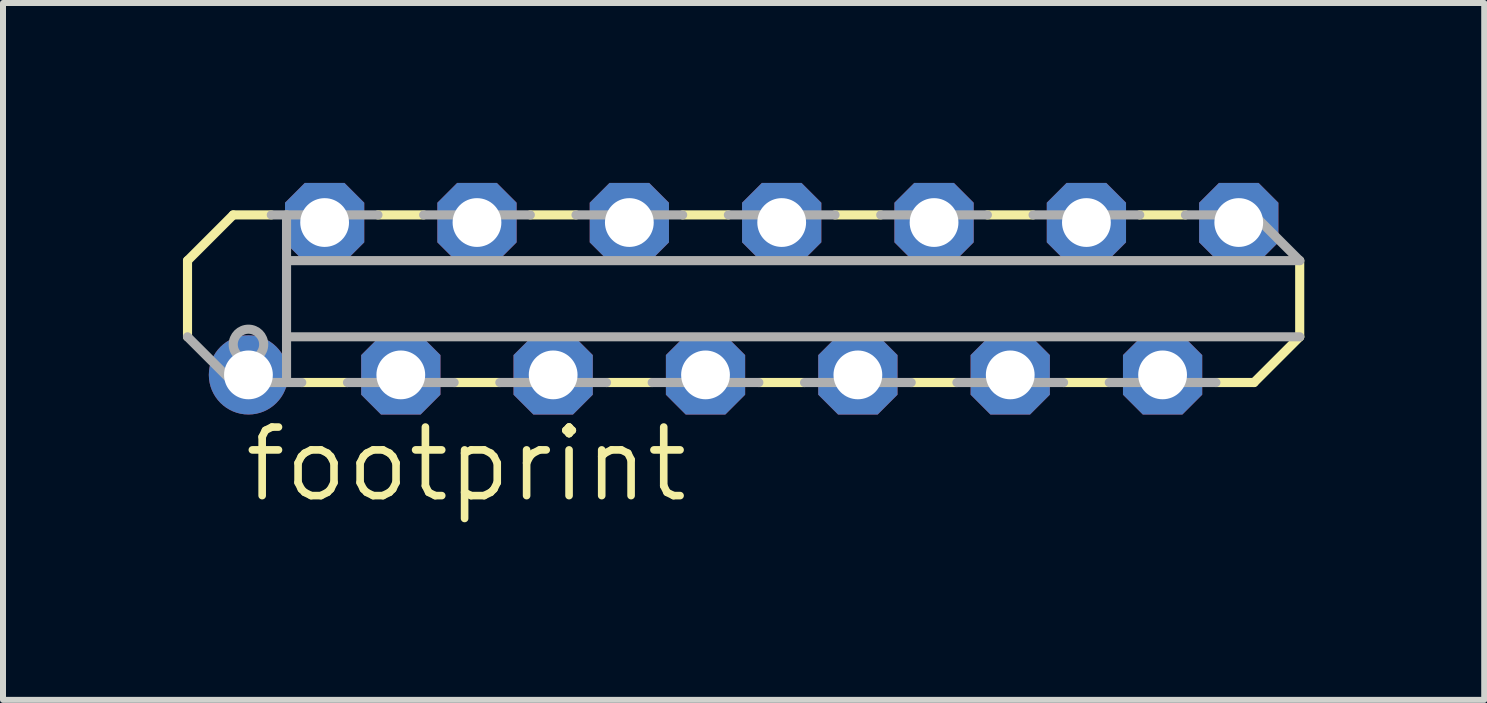
<source format=kicad_pcb>
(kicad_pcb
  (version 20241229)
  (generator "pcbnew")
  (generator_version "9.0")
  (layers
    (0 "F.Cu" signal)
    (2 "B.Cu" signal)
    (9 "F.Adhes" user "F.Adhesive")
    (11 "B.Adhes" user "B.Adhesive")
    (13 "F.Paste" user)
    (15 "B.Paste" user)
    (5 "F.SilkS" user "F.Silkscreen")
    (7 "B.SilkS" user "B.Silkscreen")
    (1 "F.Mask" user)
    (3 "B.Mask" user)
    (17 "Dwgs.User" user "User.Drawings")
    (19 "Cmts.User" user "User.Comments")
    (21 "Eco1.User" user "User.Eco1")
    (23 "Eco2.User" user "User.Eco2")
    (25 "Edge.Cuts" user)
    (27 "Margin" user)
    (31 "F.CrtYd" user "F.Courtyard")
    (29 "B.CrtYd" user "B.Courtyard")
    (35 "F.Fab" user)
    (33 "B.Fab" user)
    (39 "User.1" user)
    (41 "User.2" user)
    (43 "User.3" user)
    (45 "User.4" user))
  (footprint "footprint"
    (layer "F.Cu")
    (at 9.982 1.93)
    (property "Reference" "footprint" (at -9.017 3.429 0) (layer "F.SilkS") (effects (font (size 1.143 1.143) (thickness 0.127)) (justify left bottom)))
    (fp_line (start -9.906 -0.635) (end -9.906 0.635) (stroke (width 0.152) (type solid)) (layer "F.SilkS"))
    (fp_line (start -9.144 -1.397) (end -9.906 -0.635) (stroke (width 0.152) (type solid)) (layer "F.SilkS"))
    (fp_line (start -8.509 -1.397) (end -9.144 -1.397) (stroke (width 0.152) (type solid)) (layer "F.SilkS"))
    (fp_line (start -7.239 1.397) (end -8.001 1.397) (stroke (width 0.152) (type solid)) (layer "F.SilkS"))
    (fp_line (start -5.969 -1.397) (end -6.731 -1.397) (stroke (width 0.152) (type solid)) (layer "F.SilkS"))
    (fp_line (start -4.699 1.397) (end -5.461 1.397) (stroke (width 0.152) (type solid)) (layer "F.SilkS"))
    (fp_line (start -3.429 -1.397) (end -4.191 -1.397) (stroke (width 0.152) (type solid)) (layer "F.SilkS"))
    (fp_line (start -2.159 1.397) (end -2.921 1.397) (stroke (width 0.152) (type solid)) (layer "F.SilkS"))
    (fp_line (start -0.889 -1.397) (end -1.651 -1.397) (stroke (width 0.152) (type solid)) (layer "F.SilkS"))
    (fp_line (start 0.381 1.397) (end -0.381 1.397) (stroke (width 0.152) (type solid)) (layer "F.SilkS"))
    (fp_line (start 1.651 -1.397) (end 0.889 -1.397) (stroke (width 0.152) (type solid)) (layer "F.SilkS"))
    (fp_line (start 2.921 1.397) (end 2.159 1.397) (stroke (width 0.152) (type solid)) (layer "F.SilkS"))
    (fp_line (start 4.191 -1.397) (end 3.429 -1.397) (stroke (width 0.152) (type solid)) (layer "F.SilkS"))
    (fp_line (start 5.461 1.397) (end 4.699 1.397) (stroke (width 0.152) (type solid)) (layer "F.SilkS"))
    (fp_line (start 6.731 -1.397) (end 5.969 -1.397) (stroke (width 0.152) (type solid)) (layer "F.SilkS"))
    (fp_line (start 7.874 1.397) (end 7.239 1.397) (stroke (width 0.152) (type solid)) (layer "F.SilkS"))
    (fp_line (start 7.874 1.397) (end 8.636 0.635) (stroke (width 0.152) (type solid)) (layer "F.SilkS"))
    (fp_line (start 8.636 0.635) (end 8.636 -0.635) (stroke (width 0.152) (type solid)) (layer "F.SilkS"))
    (fp_line (start -9.906 0.635) (end -9.144 1.397) (stroke (width 0.152) (type solid)) (layer "F.Fab"))
    (fp_line (start -8.255 -1.397) (end -8.509 -1.397) (stroke (width 0.152) (type solid)) (layer "F.Fab"))
    (fp_line (start -8.255 -0.635) (end -8.255 -1.397) (stroke (width 0.152) (type solid)) (layer "F.Fab"))
    (fp_line (start -8.255 0.635) (end -8.255 -0.635) (stroke (width 0.152) (type solid)) (layer "F.Fab"))
    (fp_line (start -8.255 1.397) (end -9.144 1.397) (stroke (width 0.152) (type solid)) (layer "F.Fab"))
    (fp_line (start -8.255 1.397) (end -8.255 0.635) (stroke (width 0.152) (type solid)) (layer "F.Fab"))
    (fp_line (start -8.001 1.397) (end -8.255 1.397) (stroke (width 0.152) (type solid)) (layer "F.Fab"))
    (fp_line (start -6.731 -1.397) (end -8.255 -1.397) (stroke (width 0.152) (type solid)) (layer "F.Fab"))
    (fp_line (start -5.461 1.397) (end -7.239 1.397) (stroke (width 0.152) (type solid)) (layer "F.Fab"))
    (fp_line (start -4.191 -1.397) (end -5.969 -1.397) (stroke (width 0.152) (type solid)) (layer "F.Fab"))
    (fp_line (start -2.921 1.397) (end -4.699 1.397) (stroke (width 0.152) (type solid)) (layer "F.Fab"))
    (fp_line (start -1.651 -1.397) (end -3.429 -1.397) (stroke (width 0.152) (type solid)) (layer "F.Fab"))
    (fp_line (start -0.381 1.397) (end -2.159 1.397) (stroke (width 0.152) (type solid)) (layer "F.Fab"))
    (fp_line (start 0.889 -1.397) (end -0.889 -1.397) (stroke (width 0.152) (type solid)) (layer "F.Fab"))
    (fp_line (start 2.159 1.397) (end 0.381 1.397) (stroke (width 0.152) (type solid)) (layer "F.Fab"))
    (fp_line (start 3.429 -1.397) (end 1.651 -1.397) (stroke (width 0.152) (type solid)) (layer "F.Fab"))
    (fp_line (start 4.699 1.397) (end 2.921 1.397) (stroke (width 0.152) (type solid)) (layer "F.Fab"))
    (fp_line (start 5.969 -1.397) (end 4.191 -1.397) (stroke (width 0.152) (type solid)) (layer "F.Fab"))
    (fp_line (start 7.239 1.397) (end 5.461 1.397) (stroke (width 0.152) (type solid)) (layer "F.Fab"))
    (fp_line (start 7.874 -1.397) (end 6.731 -1.397) (stroke (width 0.152) (type solid)) (layer "F.Fab"))
    (fp_line (start 8.636 -0.635) (end -8.255 -0.635) (stroke (width 0.152) (type solid)) (layer "F.Fab"))
    (fp_line (start 8.636 -0.635) (end 7.874 -1.397) (stroke (width 0.152) (type solid)) (layer "F.Fab"))
    (fp_line (start 8.636 0.635) (end -8.255 0.635) (stroke (width 0.152) (type solid)) (layer "F.Fab"))
    (fp_circle (center -8.89 0.762) (end -8.636 0.762) (stroke (width 0.152) (type solid)) (fill no) (layer "F.Fab"))
    (pad "1" thru_hole circle (at -8.89 1.27) (size 1.321 1.321) (drill 0.813) (layers "*.Cu" "*.Mask"))
    (pad "2" thru_hole roundrect (at -7.62 -1.27) (size 1.321 1.321) (drill 0.813) (layers "*.Cu" "*.Mask") (roundrect_rratio 0.25) (chamfer_ratio 0.25) (chamfer top_left top_right bottom_left bottom_right))
    (pad "3" thru_hole roundrect (at -6.35 1.27) (size 1.321 1.321) (drill 0.813) (layers "*.Cu" "*.Mask") (roundrect_rratio 0.25) (chamfer_ratio 0.25) (chamfer top_left top_right bottom_left bottom_right))
    (pad "4" thru_hole roundrect (at -5.08 -1.27) (size 1.321 1.321) (drill 0.813) (layers "*.Cu" "*.Mask") (roundrect_rratio 0.25) (chamfer_ratio 0.25) (chamfer top_left top_right bottom_left bottom_right))
    (pad "5" thru_hole roundrect (at -3.81 1.27) (size 1.321 1.321) (drill 0.813) (layers "*.Cu" "*.Mask") (roundrect_rratio 0.25) (chamfer_ratio 0.25) (chamfer top_left top_right bottom_left bottom_right))
    (pad "6" thru_hole roundrect (at -2.54 -1.27) (size 1.321 1.321) (drill 0.813) (layers "*.Cu" "*.Mask") (roundrect_rratio 0.25) (chamfer_ratio 0.25) (chamfer top_left top_right bottom_left bottom_right))
    (pad "7" thru_hole roundrect (at -1.27 1.27) (size 1.321 1.321) (drill 0.813) (layers "*.Cu" "*.Mask") (roundrect_rratio 0.25) (chamfer_ratio 0.25) (chamfer top_left top_right bottom_left bottom_right))
    (pad "8" thru_hole roundrect (at 0 -1.27) (size 1.321 1.321) (drill 0.813) (layers "*.Cu" "*.Mask") (roundrect_rratio 0.25) (chamfer_ratio 0.25) (chamfer top_left top_right bottom_left bottom_right))
    (pad "9" thru_hole roundrect (at 1.27 1.27) (size 1.321 1.321) (drill 0.813) (layers "*.Cu" "*.Mask") (roundrect_rratio 0.25) (chamfer_ratio 0.25) (chamfer top_left top_right bottom_left bottom_right))
    (pad "10" thru_hole roundrect (at 2.54 -1.27) (size 1.321 1.321) (drill 0.813) (layers "*.Cu" "*.Mask") (roundrect_rratio 0.25) (chamfer_ratio 0.25) (chamfer top_left top_right bottom_left bottom_right))
    (pad "11" thru_hole roundrect (at 3.81 1.27) (size 1.321 1.321) (drill 0.813) (layers "*.Cu" "*.Mask") (roundrect_rratio 0.25) (chamfer_ratio 0.25) (chamfer top_left top_right bottom_left bottom_right))
    (pad "12" thru_hole roundrect (at 5.08 -1.27) (size 1.321 1.321) (drill 0.813) (layers "*.Cu" "*.Mask") (roundrect_rratio 0.25) (chamfer_ratio 0.25) (chamfer top_left top_right bottom_left bottom_right))
    (pad "13" thru_hole roundrect (at 6.35 1.27) (size 1.321 1.321) (drill 0.813) (layers "*.Cu" "*.Mask") (roundrect_rratio 0.25) (chamfer_ratio 0.25) (chamfer top_left top_right bottom_left bottom_right))
    (pad "14" thru_hole roundrect (at 7.62 -1.27) (size 1.321 1.321) (drill 0.813) (layers "*.Cu" "*.Mask") (roundrect_rratio 0.25) (chamfer_ratio 0.25) (chamfer top_left top_right bottom_left bottom_right)))
  (gr_rect
    (start -3 -3)
    (end 21.694 8.618)
    (stroke (width 0.1) (type default))
    (fill no)
    (layer "Edge.Cuts")))
</source>
